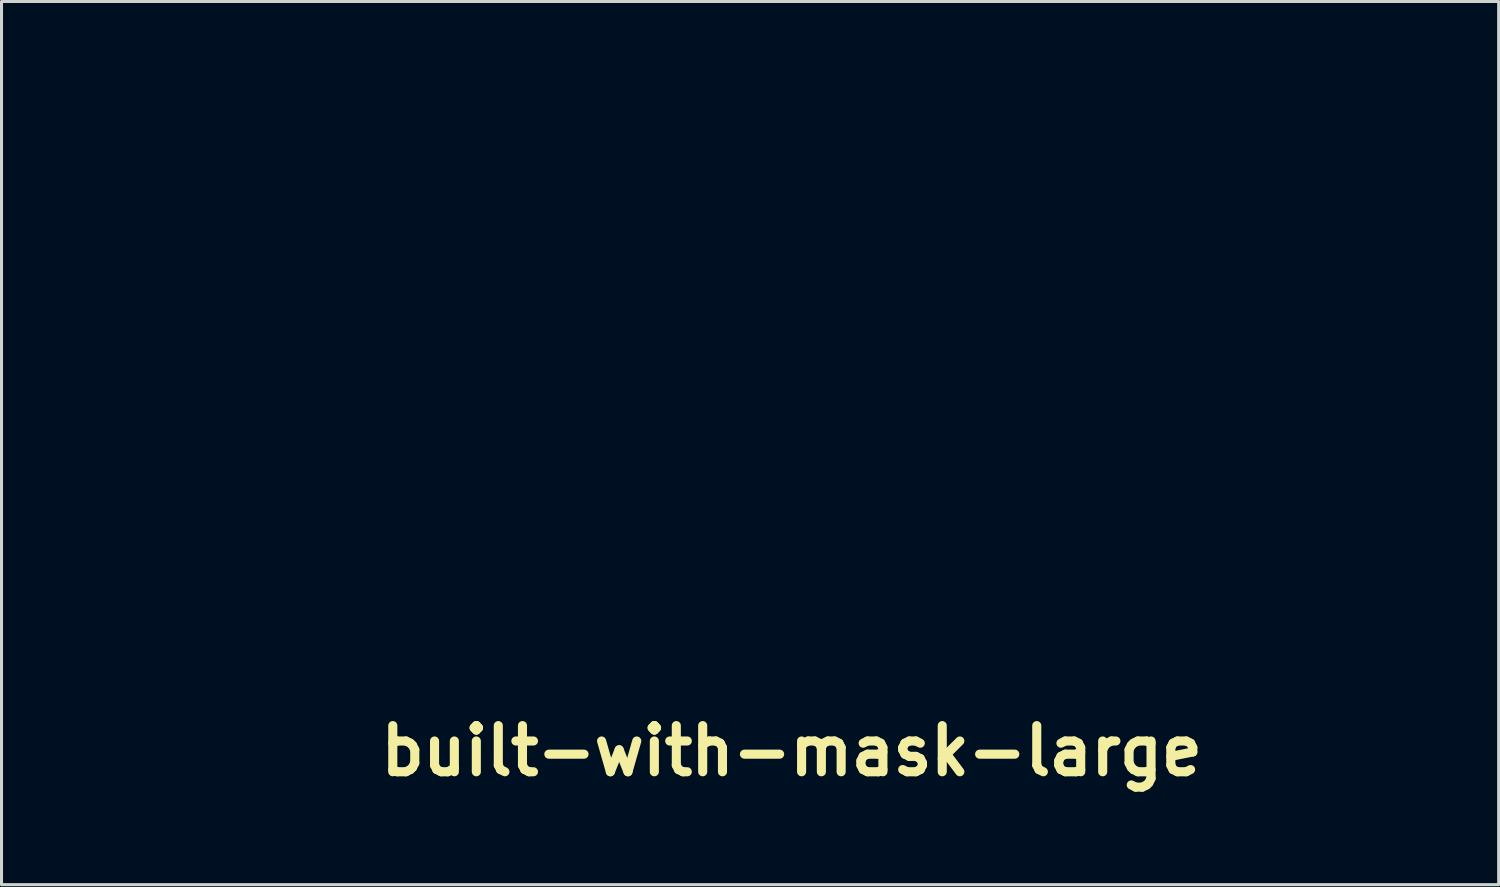
<source format=kicad_pcb>
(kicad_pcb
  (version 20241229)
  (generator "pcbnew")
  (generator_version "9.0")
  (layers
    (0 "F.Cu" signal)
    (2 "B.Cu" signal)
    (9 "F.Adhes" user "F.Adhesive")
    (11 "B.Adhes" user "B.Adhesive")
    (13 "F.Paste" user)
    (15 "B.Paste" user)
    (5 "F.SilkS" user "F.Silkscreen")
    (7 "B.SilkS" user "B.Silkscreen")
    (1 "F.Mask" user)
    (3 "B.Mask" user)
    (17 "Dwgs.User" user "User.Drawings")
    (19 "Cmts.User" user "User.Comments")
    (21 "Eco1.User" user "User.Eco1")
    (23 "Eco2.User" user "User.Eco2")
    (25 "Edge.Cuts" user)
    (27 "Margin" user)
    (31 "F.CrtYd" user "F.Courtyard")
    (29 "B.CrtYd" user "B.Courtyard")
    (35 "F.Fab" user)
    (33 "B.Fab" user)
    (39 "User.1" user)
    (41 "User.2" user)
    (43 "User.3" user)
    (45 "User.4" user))
  (footprint "built-with-mask-large"
    (layer "F.Cu")
    (at 23.092 21.744)
    (property "Reference" "built-with-mask-large" (at 0 0 0) (layer "F.SilkS") (effects (font (size 1.524 1.524) (thickness 0.3))))
    (attr board_only exclude_from_pos_files exclude_from_bom)
    (fp_poly (pts (xy -4.536 -12.006) (xy -2.882 -12.006) (xy -2.882 -11.446) (xy -5.229 -11.446) (xy -5.229 -14.995) (xy -4.536 -14.995)) (stroke (width 0) (type solid)) (fill yes) (layer "F.Mask"))
    (fp_poly (pts (xy 12.567 -16.889) (xy 13.127 -16.889) (xy 13.127 -16.462) (xy 11.446 -16.462) (xy 11.446 -16.889) (xy 12.033 -16.889) (xy 12.033 -18.116) (xy 11.446 -18.116) (xy 11.446 -18.543) (xy 12.567 -18.543)) (stroke (width 0) (type solid)) (fill yes) (layer "F.Mask"))
    (fp_poly (pts (xy 0.747 -16.889) (xy 1.307 -16.889) (xy 1.307 -16.462) (xy -0.374 -16.462) (xy -0.374 -16.887) (xy -0.087 -16.895) (xy 0.2 -16.902) (xy 0.207 -17.509) (xy 0.214 -18.116) (xy -0.374 -18.116) (xy -0.374 -18.543) (xy 0.747 -18.543)) (stroke (width 0) (type solid)) (fill yes) (layer "F.Mask"))
    (fp_poly (pts (xy 3.122 -16.889) (xy 3.709 -16.889) (xy 3.709 -16.462) (xy 1.948 -16.462) (xy 1.948 -16.889) (xy 2.561 -16.889) (xy 2.561 -18.968) (xy 2.261 -18.976) (xy 1.961 -18.983) (xy 1.953 -19.203) (xy 1.946 -19.424) (xy 3.122 -19.424)) (stroke (width 0) (type solid)) (fill yes) (layer "F.Mask"))
    (fp_poly (pts (xy 0.528 -19.361) (xy 0.639 -19.32) (xy 0.721 -19.247) (xy 0.767 -19.152) (xy 0.775 -19.048) (xy 0.741 -18.946) (xy 0.696 -18.888) (xy 0.637 -18.839) (xy 0.588 -18.812) (xy 0.578 -18.81) (xy 0.517 -18.803) (xy 0.502 -18.799) (xy 0.452 -18.798) (xy 0.39 -18.811) (xy 0.289 -18.862) (xy 0.21 -18.942) (xy 0.173 -19.024) (xy 0.174 -19.131) (xy 0.219 -19.228) (xy 0.297 -19.306) (xy 0.398 -19.353) (xy 0.513 -19.363)) (stroke (width 0) (type solid)) (fill yes) (layer "F.Mask"))
    (fp_poly (pts (xy 12.36 -19.358) (xy 12.466 -19.318) (xy 12.524 -19.272) (xy 12.57 -19.213) (xy 12.59 -19.142) (xy 12.593 -19.075) (xy 12.588 -18.99) (xy 12.565 -18.934) (xy 12.515 -18.882) (xy 12.511 -18.879) (xy 12.45 -18.835) (xy 12.401 -18.811) (xy 12.393 -18.81) (xy 12.334 -18.802) (xy 12.322 -18.799) (xy 12.273 -18.798) (xy 12.205 -18.812) (xy 12.096 -18.868) (xy 12.025 -18.957) (xy 11.997 -19.069) (xy 12.009 -19.168) (xy 12.06 -19.263) (xy 12.144 -19.328) (xy 12.248 -19.361)) (stroke (width 0) (type solid)) (fill yes) (layer "F.Mask"))
    (fp_poly (pts (xy 16.295 -19.418) (xy 16.555 -19.41) (xy 16.563 -18.854) (xy 16.57 -18.298) (xy 16.675 -18.393) (xy 16.808 -18.493) (xy 16.946 -18.55) (xy 17.108 -18.573) (xy 17.161 -18.574) (xy 17.362 -18.552) (xy 17.53 -18.49) (xy 17.667 -18.386) (xy 17.774 -18.238) (xy 17.801 -18.183) (xy 17.819 -18.143) (xy 17.833 -18.103) (xy 17.844 -18.056) (xy 17.852 -17.996) (xy 17.858 -17.917) (xy 17.862 -17.811) (xy 17.866 -17.671) (xy 17.868 -17.493) (xy 17.871 -17.267) (xy 17.871 -17.256) (xy 17.879 -16.462) (xy 17.345 -16.462) (xy 17.337 -17.209) (xy 17.329 -17.955) (xy 17.243 -18.041) (xy 17.188 -18.09) (xy 17.133 -18.117) (xy 17.058 -18.132) (xy 16.984 -18.138) (xy 16.88 -18.141) (xy 16.805 -18.131) (xy 16.737 -18.104) (xy 16.69 -18.078) (xy 16.569 -18.007) (xy 16.569 -16.462) (xy 16.035 -16.462) (xy 16.035 -19.425)) (stroke (width 0) (type solid)) (fill yes) (layer "F.Mask"))
    (fp_poly (pts (xy 14.331 -14.102) (xy 14.529 -14.04) (xy 14.694 -13.938) (xy 14.825 -13.793) (xy 14.922 -13.608) (xy 14.984 -13.383) (xy 14.993 -13.325) (xy 15 -13.252) (xy 15.006 -13.134) (xy 15.012 -12.979) (xy 15.016 -12.796) (xy 15.019 -12.593) (xy 15.021 -12.378) (xy 15.021 -12.292) (xy 15.021 -11.444) (xy 14.681 -11.452) (xy 14.341 -11.459) (xy 14.328 -12.38) (xy 14.324 -12.63) (xy 14.32 -12.832) (xy 14.316 -12.993) (xy 14.311 -13.117) (xy 14.305 -13.21) (xy 14.298 -13.278) (xy 14.289 -13.327) (xy 14.278 -13.363) (xy 14.267 -13.387) (xy 14.191 -13.478) (xy 14.076 -13.539) (xy 13.92 -13.571) (xy 13.9 -13.573) (xy 13.73 -13.571) (xy 13.585 -13.526) (xy 13.451 -13.434) (xy 13.444 -13.427) (xy 13.34 -13.334) (xy 13.34 -11.446) (xy 12.673 -11.446) (xy 12.673 -14.087) (xy 13.281 -14.087) (xy 13.299 -13.913) (xy 13.318 -13.739) (xy 13.463 -13.871) (xy 13.641 -14.003) (xy 13.835 -14.085) (xy 14.05 -14.119) (xy 14.101 -14.121)) (stroke (width 0) (type solid)) (fill yes) (layer "F.Mask"))
    (fp_poly (pts (xy 14.648 -18.543) (xy 15.421 -18.543) (xy 15.421 -18.143) (xy 14.648 -18.143) (xy 14.648 -17.616) (xy 14.649 -17.409) (xy 14.654 -17.249) (xy 14.664 -17.128) (xy 14.682 -17.041) (xy 14.709 -16.979) (xy 14.747 -16.937) (xy 14.799 -16.907) (xy 14.85 -16.888) (xy 14.933 -16.874) (xy 15.048 -16.869) (xy 15.177 -16.874) (xy 15.301 -16.887) (xy 15.386 -16.905) (xy 15.421 -16.909) (xy 15.445 -16.894) (xy 15.462 -16.849) (xy 15.477 -16.766) (xy 15.488 -16.686) (xy 15.496 -16.605) (xy 15.491 -16.561) (xy 15.466 -16.536) (xy 15.43 -16.52) (xy 15.294 -16.48) (xy 15.129 -16.452) (xy 14.952 -16.438) (xy 14.78 -16.438) (xy 14.628 -16.453) (xy 14.528 -16.478) (xy 14.399 -16.549) (xy 14.28 -16.66) (xy 14.185 -16.795) (xy 14.167 -16.833) (xy 14.152 -16.873) (xy 14.142 -16.924) (xy 14.134 -16.993) (xy 14.128 -17.087) (xy 14.124 -17.214) (xy 14.121 -17.381) (xy 14.119 -17.523) (xy 14.111 -18.143) (xy 13.634 -18.143) (xy 13.634 -18.543) (xy 14.114 -18.543) (xy 14.114 -19.05) (xy 14.648 -19.05)) (stroke (width 0) (type solid)) (fill yes) (layer "F.Mask"))
    (fp_poly (pts (xy 5.176 -18.543) (xy 5.95 -18.543) (xy 5.95 -18.143) (xy 5.176 -18.143) (xy 5.176 -17.669) (xy 5.178 -17.464) (xy 5.183 -17.305) (xy 5.193 -17.184) (xy 5.21 -17.094) (xy 5.234 -17.026) (xy 5.266 -16.974) (xy 5.298 -16.94) (xy 5.342 -16.905) (xy 5.393 -16.886) (xy 5.466 -16.877) (xy 5.558 -16.876) (xy 5.677 -16.878) (xy 5.794 -16.886) (xy 5.874 -16.895) (xy 5.998 -16.914) (xy 6.016 -16.775) (xy 6.028 -16.686) (xy 6.041 -16.615) (xy 6.046 -16.592) (xy 6.039 -16.558) (xy 5.993 -16.527) (xy 5.931 -16.502) (xy 5.831 -16.476) (xy 5.699 -16.458) (xy 5.549 -16.446) (xy 5.396 -16.442) (xy 5.256 -16.446) (xy 5.143 -16.458) (xy 5.089 -16.472) (xy 4.925 -16.559) (xy 4.798 -16.686) (xy 4.726 -16.806) (xy 4.703 -16.857) (xy 4.686 -16.904) (xy 4.673 -16.956) (xy 4.664 -17.021) (xy 4.658 -17.108) (xy 4.653 -17.224) (xy 4.65 -17.378) (xy 4.647 -17.548) (xy 4.637 -18.141) (xy 4.406 -18.149) (xy 4.176 -18.156) (xy 4.16 -18.543) (xy 4.642 -18.543) (xy 4.642 -19.05) (xy 5.176 -19.05)) (stroke (width 0) (type solid)) (fill yes) (layer "F.Mask"))
    (fp_poly (pts (xy 8.379 -14.098) (xy 8.574 -14.034) (xy 8.735 -13.929) (xy 8.863 -13.783) (xy 8.957 -13.596) (xy 9.016 -13.368) (xy 9.018 -13.359) (xy 9.024 -13.292) (xy 9.03 -13.179) (xy 9.035 -13.029) (xy 9.04 -12.849) (xy 9.043 -12.647) (xy 9.044 -12.432) (xy 9.045 -12.32) (xy 9.045 -11.446) (xy 8.381 -11.446) (xy 8.373 -12.346) (xy 8.37 -12.591) (xy 8.368 -12.789) (xy 8.365 -12.945) (xy 8.361 -13.065) (xy 8.356 -13.156) (xy 8.349 -13.223) (xy 8.34 -13.273) (xy 8.329 -13.31) (xy 8.316 -13.343) (xy 8.311 -13.352) (xy 8.239 -13.459) (xy 8.148 -13.527) (xy 8.025 -13.564) (xy 7.962 -13.572) (xy 7.774 -13.57) (xy 7.618 -13.527) (xy 7.487 -13.442) (xy 7.465 -13.421) (xy 7.364 -13.32) (xy 7.364 -11.446) (xy 6.697 -11.446) (xy 6.697 -14.087) (xy 7.306 -14.087) (xy 7.325 -13.914) (xy 7.335 -13.826) (xy 7.343 -13.763) (xy 7.348 -13.741) (xy 7.368 -13.757) (xy 7.417 -13.802) (xy 7.484 -13.864) (xy 7.493 -13.873) (xy 7.651 -13.995) (xy 7.82 -14.074) (xy 8.012 -14.113) (xy 8.151 -14.12)) (stroke (width 0) (type solid)) (fill yes) (layer "F.Mask"))
    (fp_poly (pts (xy -1.57 -13.174) (xy -1.567 -12.927) (xy -1.565 -12.727) (xy -1.561 -12.57) (xy -1.557 -12.447) (xy -1.552 -12.355) (xy -1.546 -12.286) (xy -1.537 -12.236) (xy -1.526 -12.197) (xy -1.513 -12.164) (xy -1.507 -12.153) (xy -1.429 -12.048) (xy -1.317 -11.983) (xy -1.169 -11.955) (xy -1.121 -11.954) (xy -0.948 -11.976) (xy -0.799 -12.041) (xy -0.686 -12.138) (xy -0.614 -12.224) (xy -0.614 -14.087) (xy 0.053 -14.087) (xy 0.053 -11.444) (xy -0.247 -11.452) (xy -0.547 -11.459) (xy -0.554 -11.539) (xy -0.564 -11.626) (xy -0.576 -11.708) (xy -0.59 -11.797) (xy -0.735 -11.66) (xy -0.825 -11.584) (xy -0.919 -11.516) (xy -0.994 -11.473) (xy -1.161 -11.424) (xy -1.349 -11.407) (xy -1.534 -11.425) (xy -1.548 -11.428) (xy -1.743 -11.493) (xy -1.905 -11.597) (xy -2.036 -11.741) (xy -2.14 -11.93) (xy -2.168 -12) (xy -2.183 -12.043) (xy -2.195 -12.087) (xy -2.205 -12.139) (xy -2.213 -12.203) (xy -2.219 -12.287) (xy -2.223 -12.396) (xy -2.227 -12.537) (xy -2.23 -12.714) (xy -2.233 -12.935) (xy -2.235 -13.12) (xy -2.245 -14.087) (xy -1.579 -14.087)) (stroke (width 0) (type solid)) (fill yes) (layer "F.Mask"))
    (fp_poly (pts (xy -2.343 -17.816) (xy -2.34 -17.594) (xy -2.337 -17.418) (xy -2.332 -17.283) (xy -2.326 -17.183) (xy -2.319 -17.11) (xy -2.309 -17.058) (xy -2.297 -17.022) (xy -2.29 -17.007) (xy -2.219 -16.924) (xy -2.117 -16.876) (xy -1.986 -16.862) (xy -1.831 -16.882) (xy -1.707 -16.941) (xy -1.631 -17.017) (xy -1.614 -17.043) (xy -1.601 -17.071) (xy -1.591 -17.11) (xy -1.584 -17.164) (xy -1.579 -17.24) (xy -1.576 -17.346) (xy -1.575 -17.487) (xy -1.574 -17.671) (xy -1.574 -17.82) (xy -1.574 -18.543) (xy -1.041 -18.543) (xy -1.041 -16.46) (xy -1.287 -16.468) (xy -1.534 -16.475) (xy -1.542 -16.602) (xy -1.549 -16.676) (xy -1.558 -16.722) (xy -1.563 -16.729) (xy -1.588 -16.712) (xy -1.636 -16.667) (xy -1.672 -16.632) (xy -1.755 -16.562) (xy -1.847 -16.502) (xy -1.878 -16.486) (xy -1.995 -16.452) (xy -2.14 -16.438) (xy -2.29 -16.443) (xy -2.424 -16.469) (xy -2.441 -16.475) (xy -2.549 -16.535) (xy -2.656 -16.633) (xy -2.748 -16.753) (xy -2.813 -16.881) (xy -2.819 -16.898) (xy -2.833 -16.95) (xy -2.844 -17.016) (xy -2.853 -17.102) (xy -2.86 -17.215) (xy -2.866 -17.361) (xy -2.871 -17.547) (xy -2.875 -17.78) (xy -2.875 -17.789) (xy -2.886 -18.543) (xy -2.352 -18.543)) (stroke (width 0) (type solid)) (fill yes) (layer "F.Mask"))
    (fp_poly (pts (xy 10.465 -14.988) (xy 10.707 -14.984) (xy 10.9 -14.979) (xy 11.052 -14.972) (xy 11.168 -14.965) (xy 11.254 -14.955) (xy 11.315 -14.943) (xy 11.339 -14.936) (xy 11.576 -14.838) (xy 11.768 -14.717) (xy 11.921 -14.568) (xy 12.042 -14.386) (xy 12.068 -14.334) (xy 12.106 -14.25) (xy 12.13 -14.18) (xy 12.145 -14.109) (xy 12.151 -14.02) (xy 12.153 -13.897) (xy 12.153 -13.861) (xy 12.152 -13.725) (xy 12.146 -13.627) (xy 12.134 -13.552) (xy 12.112 -13.484) (xy 12.082 -13.415) (xy 11.96 -13.217) (xy 11.798 -13.049) (xy 11.6 -12.915) (xy 11.374 -12.819) (xy 11.283 -12.794) (xy 11.156 -12.774) (xy 10.985 -12.76) (xy 10.782 -12.754) (xy 10.746 -12.754) (xy 10.379 -12.753) (xy 10.379 -11.446) (xy 9.712 -11.446) (xy 9.712 -14.434) (xy 10.379 -14.434) (xy 10.379 -13.314) (xy 10.732 -13.314) (xy 10.889 -13.316) (xy 11.004 -13.321) (xy 11.088 -13.332) (xy 11.153 -13.348) (xy 11.193 -13.364) (xy 11.271 -13.407) (xy 11.333 -13.453) (xy 11.345 -13.464) (xy 11.421 -13.588) (xy 11.463 -13.737) (xy 11.471 -13.898) (xy 11.445 -14.057) (xy 11.385 -14.198) (xy 11.331 -14.271) (xy 11.261 -14.334) (xy 11.18 -14.38) (xy 11.078 -14.41) (xy 10.946 -14.427) (xy 10.773 -14.433) (xy 10.719 -14.434) (xy 10.379 -14.434) (xy 9.712 -14.434) (xy 9.712 -14.999)) (stroke (width 0) (type solid)) (fill yes) (layer "F.Mask"))
    (fp_poly (pts (xy 16.701 -14.988) (xy 16.871 -14.984) (xy 17.012 -14.979) (xy 17.114 -14.971) (xy 17.142 -14.968) (xy 17.316 -14.927) (xy 17.494 -14.859) (xy 17.658 -14.774) (xy 17.79 -14.678) (xy 17.817 -14.653) (xy 17.962 -14.474) (xy 18.064 -14.273) (xy 18.124 -14.058) (xy 18.141 -13.837) (xy 18.115 -13.619) (xy 18.048 -13.41) (xy 17.938 -13.22) (xy 17.811 -13.078) (xy 17.666 -12.963) (xy 17.509 -12.876) (xy 17.33 -12.814) (xy 17.121 -12.775) (xy 16.873 -12.756) (xy 16.722 -12.754) (xy 16.355 -12.753) (xy 16.355 -11.446) (xy 16.021 -11.446) (xy 15.868 -11.448) (xy 15.763 -11.453) (xy 15.7 -11.463) (xy 15.674 -11.478) (xy 15.674 -11.479) (xy 15.672 -11.511) (xy 15.67 -11.592) (xy 15.668 -11.717) (xy 15.667 -11.881) (xy 15.667 -12.081) (xy 15.666 -12.312) (xy 15.666 -12.568) (xy 15.667 -12.846) (xy 15.668 -13.141) (xy 15.668 -13.247) (xy 15.673 -14.434) (xy 16.355 -14.434) (xy 16.355 -13.314) (xy 16.707 -13.314) (xy 16.858 -13.315) (xy 16.967 -13.319) (xy 17.047 -13.328) (xy 17.108 -13.343) (xy 17.164 -13.365) (xy 17.176 -13.37) (xy 17.294 -13.455) (xy 17.38 -13.573) (xy 17.433 -13.713) (xy 17.452 -13.865) (xy 17.434 -14.018) (xy 17.379 -14.161) (xy 17.293 -14.277) (xy 17.222 -14.338) (xy 17.144 -14.381) (xy 17.048 -14.41) (xy 16.923 -14.426) (xy 16.761 -14.433) (xy 16.669 -14.434) (xy 16.355 -14.434) (xy 15.673 -14.434) (xy 15.675 -14.981) (xy 16.315 -14.989) (xy 16.512 -14.99)) (stroke (width 0) (type solid)) (fill yes) (layer "F.Mask"))
    (fp_poly (pts (xy 2.747 -14.104) (xy 2.877 -14.05) (xy 2.982 -13.953) (xy 3.055 -13.834) (xy 3.135 -13.674) (xy 3.142 -12.559) (xy 3.15 -11.444) (xy 2.849 -11.452) (xy 2.548 -11.459) (xy 2.535 -12.482) (xy 2.531 -12.743) (xy 2.528 -12.956) (xy 2.525 -13.125) (xy 2.521 -13.257) (xy 2.516 -13.356) (xy 2.511 -13.428) (xy 2.504 -13.477) (xy 2.495 -13.508) (xy 2.485 -13.528) (xy 2.472 -13.541) (xy 2.47 -13.543) (xy 2.384 -13.577) (xy 2.291 -13.57) (xy 2.214 -13.527) (xy 2.201 -13.512) (xy 2.19 -13.492) (xy 2.181 -13.462) (xy 2.174 -13.417) (xy 2.169 -13.352) (xy 2.166 -13.262) (xy 2.163 -13.14) (xy 2.162 -12.983) (xy 2.161 -12.784) (xy 2.161 -12.539) (xy 2.161 -12.46) (xy 2.161 -11.446) (xy 1.576 -11.446) (xy 1.568 -12.457) (xy 1.566 -12.717) (xy 1.564 -12.929) (xy 1.562 -13.097) (xy 1.559 -13.229) (xy 1.554 -13.328) (xy 1.549 -13.4) (xy 1.542 -13.451) (xy 1.534 -13.485) (xy 1.523 -13.507) (xy 1.51 -13.524) (xy 1.435 -13.572) (xy 1.347 -13.575) (xy 1.26 -13.534) (xy 1.239 -13.515) (xy 1.174 -13.449) (xy 1.174 -11.446) (xy 0.56 -11.446) (xy 0.56 -14.087) (xy 1.147 -14.087) (xy 1.147 -13.956) (xy 1.152 -13.876) (xy 1.165 -13.821) (xy 1.174 -13.807) (xy 1.199 -13.809) (xy 1.201 -13.819) (xy 1.221 -13.865) (xy 1.272 -13.927) (xy 1.341 -13.993) (xy 1.414 -14.051) (xy 1.479 -14.087) (xy 1.484 -14.088) (xy 1.633 -14.118) (xy 1.777 -14.113) (xy 1.905 -14.076) (xy 2.006 -14.009) (xy 2.05 -13.952) (xy 2.091 -13.892) (xy 2.122 -13.879) (xy 2.153 -13.912) (xy 2.161 -13.926) (xy 2.225 -13.999) (xy 2.327 -14.06) (xy 2.452 -14.102) (xy 2.583 -14.119) (xy 2.583 -14.119)) (stroke (width 0) (type solid)) (fill yes) (layer "F.Mask"))
    (fp_poly (pts (xy 5.236 -14.086) (xy 5.456 -14.01) (xy 5.65 -13.897) (xy 5.811 -13.748) (xy 5.891 -13.642) (xy 5.981 -13.473) (xy 6.045 -13.287) (xy 6.085 -13.073) (xy 6.103 -12.853) (xy 6.118 -12.54) (xy 4.319 -12.54) (xy 4.336 -12.48) (xy 4.408 -12.308) (xy 4.517 -12.161) (xy 4.652 -12.048) (xy 4.806 -11.979) (xy 4.81 -11.977) (xy 4.938 -11.959) (xy 5.092 -11.959) (xy 5.248 -11.977) (xy 5.383 -12.011) (xy 5.418 -12.025) (xy 5.514 -12.077) (xy 5.608 -12.141) (xy 5.632 -12.16) (xy 5.725 -12.242) (xy 5.891 -12.06) (xy 6.056 -11.878) (xy 5.982 -11.799) (xy 5.897 -11.723) (xy 5.78 -11.64) (xy 5.652 -11.563) (xy 5.53 -11.502) (xy 5.508 -11.493) (xy 5.442 -11.473) (xy 5.347 -11.451) (xy 5.237 -11.43) (xy 5.129 -11.411) (xy 5.036 -11.399) (xy 4.976 -11.395) (xy 4.967 -11.396) (xy 4.933 -11.401) (xy 4.862 -11.41) (xy 4.776 -11.42) (xy 4.53 -11.474) (xy 4.302 -11.57) (xy 4.098 -11.705) (xy 3.926 -11.872) (xy 3.792 -12.066) (xy 3.731 -12.197) (xy 3.675 -12.401) (xy 3.647 -12.635) (xy 3.65 -12.88) (xy 3.657 -12.952) (xy 3.68 -13.07) (xy 4.35 -13.07) (xy 4.372 -13.046) (xy 4.422 -13.031) (xy 4.506 -13.024) (xy 4.629 -13.021) (xy 4.797 -13.02) (xy 4.899 -13.02) (xy 5.45 -13.02) (xy 5.436 -13.141) (xy 5.395 -13.293) (xy 5.31 -13.418) (xy 5.187 -13.509) (xy 5.03 -13.564) (xy 4.955 -13.575) (xy 4.789 -13.567) (xy 4.642 -13.509) (xy 4.516 -13.405) (xy 4.415 -13.255) (xy 4.399 -13.22) (xy 4.369 -13.155) (xy 4.351 -13.106) (xy 4.35 -13.07) (xy 3.68 -13.07) (xy 3.71 -13.225) (xy 3.805 -13.466) (xy 3.938 -13.675) (xy 4.107 -13.847) (xy 4.309 -13.979) (xy 4.541 -14.071) (xy 4.747 -14.112) (xy 4.997 -14.12)) (stroke (width 0) (type solid)) (fill yes) (layer "F.Mask"))
    (fp_poly (pts (xy -4.636 -19.257) (xy -4.416 -19.252) (xy -4.242 -19.247) (xy -4.107 -19.24) (xy -4.003 -19.231) (xy -3.925 -19.219) (xy -3.863 -19.205) (xy -3.85 -19.2) (xy -3.665 -19.116) (xy -3.518 -18.997) (xy -3.412 -18.848) (xy -3.351 -18.673) (xy -3.336 -18.518) (xy -3.349 -18.36) (xy -3.385 -18.235) (xy -3.427 -18.167) (xy -3.49 -18.09) (xy -3.562 -18.017) (xy -3.631 -17.96) (xy -3.684 -17.931) (xy -3.693 -17.929) (xy -3.688 -17.917) (xy -3.645 -17.887) (xy -3.582 -17.849) (xy -3.44 -17.738) (xy -3.338 -17.595) (xy -3.278 -17.426) (xy -3.263 -17.238) (xy -3.269 -17.169) (xy -3.319 -16.97) (xy -3.411 -16.803) (xy -3.546 -16.668) (xy -3.7 -16.577) (xy -3.786 -16.541) (xy -3.878 -16.514) (xy -3.983 -16.493) (xy -4.109 -16.478) (xy -4.264 -16.469) (xy -4.456 -16.464) (xy -4.693 -16.462) (xy -4.716 -16.462) (xy -5.283 -16.462) (xy -5.283 -17.689) (xy -4.749 -17.689) (xy -4.749 -17.307) (xy -4.748 -17.169) (xy -4.744 -17.05) (xy -4.739 -16.96) (xy -4.732 -16.91) (xy -4.729 -16.903) (xy -4.696 -16.896) (xy -4.621 -16.893) (xy -4.515 -16.893) (xy -4.396 -16.897) (xy -4.242 -16.906) (xy -4.131 -16.918) (xy -4.053 -16.936) (xy -3.998 -16.96) (xy -3.894 -17.04) (xy -3.833 -17.136) (xy -3.81 -17.262) (xy -3.81 -17.302) (xy -3.824 -17.437) (xy -3.87 -17.538) (xy -3.954 -17.618) (xy -3.984 -17.637) (xy -4.027 -17.659) (xy -4.08 -17.674) (xy -4.152 -17.683) (xy -4.255 -17.688) (xy -4.399 -17.689) (xy -4.409 -17.689) (xy -4.749 -17.689) (xy -5.283 -17.689) (xy -5.283 -18.084) (xy -4.751 -18.084) (xy -4.436 -18.094) (xy -4.288 -18.1) (xy -4.181 -18.11) (xy -4.106 -18.125) (xy -4.052 -18.146) (xy -4.039 -18.154) (xy -3.94 -18.242) (xy -3.883 -18.356) (xy -3.87 -18.486) (xy -3.904 -18.622) (xy -3.911 -18.637) (xy -3.956 -18.707) (xy -4.022 -18.758) (xy -4.114 -18.792) (xy -4.243 -18.811) (xy -4.415 -18.819) (xy -4.44 -18.82) (xy -4.736 -18.823) (xy -4.743 -18.454) (xy -4.751 -18.084) (xy -5.283 -18.084) (xy -5.283 -19.268)) (stroke (width 0) (type solid)) (fill yes) (layer "F.Mask"))
    (fp_poly (pts (xy 9.064 -19.262) (xy 9.148 -19.258) (xy 9.197 -19.253) (xy 9.205 -19.25) (xy 9.208 -19.221) (xy 9.217 -19.145) (xy 9.23 -19.031) (xy 9.248 -18.883) (xy 9.268 -18.709) (xy 9.291 -18.516) (xy 9.298 -18.459) (xy 9.322 -18.261) (xy 9.343 -18.079) (xy 9.362 -17.921) (xy 9.377 -17.794) (xy 9.387 -17.704) (xy 9.391 -17.659) (xy 9.392 -17.655) (xy 9.394 -17.627) (xy 9.4 -17.638) (xy 9.412 -17.69) (xy 9.428 -17.786) (xy 9.45 -17.927) (xy 9.478 -18.116) (xy 9.512 -18.354) (xy 9.526 -18.456) (xy 9.64 -19.263) (xy 9.836 -19.263) (xy 9.931 -19.261) (xy 10 -19.254) (xy 10.032 -19.245) (xy 10.032 -19.243) (xy 10.036 -19.207) (xy 10.047 -19.127) (xy 10.064 -19.011) (xy 10.085 -18.868) (xy 10.11 -18.706) (xy 10.136 -18.531) (xy 10.164 -18.353) (xy 10.191 -18.18) (xy 10.216 -18.018) (xy 10.239 -17.876) (xy 10.257 -17.762) (xy 10.271 -17.684) (xy 10.277 -17.649) (xy 10.278 -17.648) (xy 10.284 -17.671) (xy 10.294 -17.74) (xy 10.31 -17.849) (xy 10.328 -17.991) (xy 10.35 -18.159) (xy 10.373 -18.348) (xy 10.376 -18.377) (xy 10.4 -18.574) (xy 10.422 -18.756) (xy 10.442 -18.916) (xy 10.458 -19.047) (xy 10.471 -19.14) (xy 10.478 -19.189) (xy 10.478 -19.19) (xy 10.492 -19.263) (xy 10.729 -19.263) (xy 10.843 -19.262) (xy 10.913 -19.258) (xy 10.951 -19.247) (xy 10.964 -19.229) (xy 10.966 -19.216) (xy 10.962 -19.181) (xy 10.952 -19.098) (xy 10.936 -18.973) (xy 10.914 -18.811) (xy 10.888 -18.616) (xy 10.858 -18.395) (xy 10.825 -18.152) (xy 10.789 -17.892) (xy 10.779 -17.822) (xy 10.743 -17.56) (xy 10.709 -17.315) (xy 10.678 -17.092) (xy 10.651 -16.895) (xy 10.628 -16.729) (xy 10.61 -16.6) (xy 10.598 -16.512) (xy 10.593 -16.47) (xy 10.592 -16.468) (xy 10.568 -16.465) (xy 10.501 -16.465) (xy 10.405 -16.466) (xy 10.347 -16.468) (xy 10.101 -16.475) (xy 9.975 -17.258) (xy 9.943 -17.456) (xy 9.913 -17.636) (xy 9.887 -17.791) (xy 9.866 -17.916) (xy 9.85 -18.004) (xy 9.84 -18.047) (xy 9.839 -18.051) (xy 9.833 -18.029) (xy 9.819 -17.96) (xy 9.8 -17.851) (xy 9.776 -17.71) (xy 9.749 -17.542) (xy 9.72 -17.354) (xy 9.715 -17.322) (xy 9.685 -17.127) (xy 9.656 -16.946) (xy 9.631 -16.789) (xy 9.611 -16.661) (xy 9.596 -16.57) (xy 9.587 -16.524) (xy 9.587 -16.522) (xy 9.577 -16.493) (xy 9.555 -16.476) (xy 9.512 -16.466) (xy 9.436 -16.463) (xy 9.335 -16.462) (xy 9.23 -16.463) (xy 9.148 -16.465) (xy 9.103 -16.467) (xy 9.097 -16.469) (xy 9.093 -16.496) (xy 9.083 -16.57) (xy 9.066 -16.688) (xy 9.044 -16.844) (xy 9.018 -17.034) (xy 8.988 -17.251) (xy 8.954 -17.492) (xy 8.918 -17.752) (xy 8.902 -17.869) (xy 8.709 -19.263) (xy 8.957 -19.263)) (stroke (width 0) (type solid)) (fill yes) (layer "F.Mask"))
    (fp_poly (pts (xy -13.187 -18.883) (xy -12.38 -18.076) (xy -12.38 -17.209) (xy -9.992 -17.209) (xy -8.624 -15.842) (xy -7.257 -14.474) (xy -7.257 -11.419) (xy -8.538 -11.419) (xy -8.538 -12.833) (xy -19.477 -12.833) (xy -19.477 -11.419) (xy -20.731 -11.419) (xy -20.731 -14.435) (xy -20.731 -14.807) (xy -15.664 -14.807) (xy -15.634 -14.683) (xy -15.608 -14.635) (xy -15.516 -14.529) (xy -15.378 -14.43) (xy -15.2 -14.341) (xy -14.989 -14.263) (xy -14.751 -14.199) (xy -14.494 -14.153) (xy -14.408 -14.143) (xy -14.223 -14.13) (xy -14.006 -14.129) (xy -13.777 -14.136) (xy -13.557 -14.153) (xy -13.365 -14.178) (xy -13.331 -14.184) (xy -13.088 -14.242) (xy -12.871 -14.316) (xy -12.685 -14.403) (xy -12.534 -14.501) (xy -12.422 -14.607) (xy -12.354 -14.718) (xy -12.334 -14.83) (xy -12.337 -14.855) (xy -12.382 -14.98) (xy -12.474 -15.094) (xy -12.608 -15.198) (xy -12.779 -15.288) (xy -12.981 -15.365) (xy -13.209 -15.428) (xy -13.457 -15.474) (xy -13.721 -15.503) (xy -13.994 -15.513) (xy -14.272 -15.504) (xy -14.549 -15.474) (xy -14.82 -15.422) (xy -14.863 -15.412) (xy -15.102 -15.338) (xy -15.302 -15.251) (xy -15.461 -15.152) (xy -15.575 -15.043) (xy -15.644 -14.928) (xy -15.664 -14.807) (xy -20.731 -14.807) (xy -20.731 -14.908) (xy -20.731 -15.33) (xy -20.73 -15.705) (xy -20.73 -15.88) (xy -20.006 -15.88) (xy -20.006 -15.684) (xy -20.004 -15.516) (xy -20.002 -15.382) (xy -19.999 -15.289) (xy -19.994 -15.24) (xy -19.992 -15.234) (xy -19.97 -15.253) (xy -19.914 -15.306) (xy -19.827 -15.39) (xy -19.714 -15.501) (xy -19.578 -15.637) (xy -19.423 -15.792) (xy -19.251 -15.965) (xy -19.067 -16.151) (xy -18.997 -16.223) (xy -18.023 -17.211) (xy -16.815 -17.21) (xy -15.608 -17.209) (xy -15.608 -18.076) (xy -15.175 -18.509) (xy -14.742 -18.943) (xy -16.585 -18.943) (xy -16.945 -18.943) (xy -17.256 -18.943) (xy -17.522 -18.942) (xy -17.747 -18.941) (xy -17.935 -18.94) (xy -18.091 -18.938) (xy -18.217 -18.935) (xy -18.32 -18.931) (xy -18.402 -18.927) (xy -18.468 -18.921) (xy -18.522 -18.914) (xy -18.568 -18.906) (xy -18.61 -18.897) (xy -18.629 -18.892) (xy -18.923 -18.79) (xy -19.19 -18.644) (xy -19.428 -18.457) (xy -19.63 -18.232) (xy -19.793 -17.974) (xy -19.809 -17.943) (xy -19.852 -17.855) (xy -19.888 -17.776) (xy -19.917 -17.701) (xy -19.94 -17.623) (xy -19.959 -17.537) (xy -19.973 -17.437) (xy -19.983 -17.316) (xy -19.99 -17.169) (xy -19.996 -16.99) (xy -19.999 -16.773) (xy -20.002 -16.512) (xy -20.004 -16.335) (xy -20.006 -16.099) (xy -20.006 -15.88) (xy -20.73 -15.88) (xy -20.729 -16.036) (xy -20.729 -16.325) (xy -20.727 -16.577) (xy -20.726 -16.793) (xy -20.724 -16.977) (xy -20.721 -17.132) (xy -20.718 -17.261) (xy -20.715 -17.367) (xy -20.711 -17.453) (xy -20.706 -17.522) (xy -20.701 -17.578) (xy -20.695 -17.622) (xy -20.689 -17.657) (xy -20.591 -18.003) (xy -20.446 -18.329) (xy -20.257 -18.63) (xy -20.029 -18.903) (xy -19.766 -19.143) (xy -19.471 -19.345) (xy -19.148 -19.505) (xy -19.01 -19.557) (xy -18.942 -19.58) (xy -18.878 -19.6) (xy -18.812 -19.617) (xy -18.742 -19.633) (xy -18.664 -19.645) (xy -18.574 -19.656) (xy -18.468 -19.665) (xy -18.342 -19.672) (xy -18.193 -19.678) (xy -18.017 -19.682) (xy -17.81 -19.686) (xy -17.568 -19.688) (xy -17.288 -19.689) (xy -16.965 -19.69) (xy -16.597 -19.69) (xy -16.198 -19.69) (xy -13.994 -19.69)) (stroke (width 0) (type solid)) (fill yes) (layer "F.Mask"))
    (fp_poly (pts (xy -0.143 -21.744) (xy 1.037 -21.744) (xy 2.165 -21.744) (xy 3.243 -21.744) (xy 4.273 -21.744) (xy 5.255 -21.744) (xy 6.19 -21.744) (xy 7.08 -21.744) (xy 7.926 -21.744) (xy 8.729 -21.744) (xy 9.49 -21.744) (xy 10.21 -21.743) (xy 10.89 -21.743) (xy 11.532 -21.743) (xy 12.137 -21.743) (xy 12.705 -21.742) (xy 13.239 -21.742) (xy 13.738 -21.741) (xy 14.205 -21.741) (xy 14.64 -21.74) (xy 15.045 -21.739) (xy 15.42 -21.739) (xy 15.767 -21.738) (xy 16.087 -21.737) (xy 16.382 -21.736) (xy 16.651 -21.735) (xy 16.897 -21.734) (xy 17.12 -21.733) (xy 17.322 -21.732) (xy 17.504 -21.73) (xy 17.667 -21.729) (xy 17.812 -21.727) (xy 17.94 -21.726) (xy 18.053 -21.724) (xy 18.151 -21.722) (xy 18.236 -21.72) (xy 18.309 -21.718) (xy 18.371 -21.716) (xy 18.423 -21.714) (xy 18.466 -21.711) (xy 18.502 -21.709) (xy 18.531 -21.706) (xy 18.555 -21.703) (xy 18.574 -21.7) (xy 18.591 -21.697) (xy 18.606 -21.694) (xy 18.618 -21.691) (xy 18.949 -21.585) (xy 19.253 -21.434) (xy 19.528 -21.24) (xy 19.77 -21.005) (xy 19.977 -20.731) (xy 20.142 -20.433) (xy 20.167 -20.379) (xy 20.191 -20.332) (xy 20.212 -20.288) (xy 20.231 -20.246) (xy 20.249 -20.202) (xy 20.264 -20.155) (xy 20.278 -20.101) (xy 20.29 -20.039) (xy 20.3 -19.965) (xy 20.309 -19.877) (xy 20.317 -19.773) (xy 20.324 -19.65) (xy 20.329 -19.505) (xy 20.333 -19.336) (xy 20.337 -19.14) (xy 20.34 -18.916) (xy 20.342 -18.659) (xy 20.343 -18.368) (xy 20.344 -18.041) (xy 20.344 -17.674) (xy 20.344 -17.265) (xy 20.344 -16.812) (xy 20.344 -16.312) (xy 20.344 -15.762) (xy 20.344 -15.461) (xy 20.344 -11.086) (xy 20.269 -10.846) (xy 20.138 -10.511) (xy 19.964 -10.207) (xy 19.75 -9.936) (xy 19.498 -9.701) (xy 19.21 -9.504) (xy 18.889 -9.347) (xy 18.663 -9.267) (xy 18.652 -9.264) (xy 18.638 -9.261) (xy 18.62 -9.259) (xy 18.596 -9.256) (xy 18.566 -9.253) (xy 18.529 -9.251) (xy 18.484 -9.249) (xy 18.428 -9.246) (xy 18.362 -9.244) (xy 18.284 -9.242) (xy 18.192 -9.241) (xy 18.086 -9.239) (xy 17.965 -9.237) (xy 17.828 -9.235) (xy 17.672 -9.234) (xy 17.498 -9.232) (xy 17.304 -9.231) (xy 17.089 -9.23) (xy 16.851 -9.229) (xy 16.59 -9.228) (xy 16.305 -9.227) (xy 15.994 -9.226) (xy 15.656 -9.225) (xy 15.29 -9.224) (xy 14.895 -9.223) (xy 14.47 -9.222) (xy 14.014 -9.222) (xy 13.525 -9.221) (xy 13.003 -9.22) (xy 12.445 -9.22) (xy 11.852 -9.219) (xy 11.222 -9.219) (xy 10.554 -9.218) (xy 9.846 -9.218) (xy 9.098 -9.218) (xy 8.308 -9.217) (xy 7.476 -9.217) (xy 6.599 -9.217) (xy 5.678 -9.216) (xy 4.711 -9.216) (xy 3.696 -9.216) (xy 2.633 -9.216) (xy 1.52 -9.215) (xy 0.357 -9.215) (xy -0.858 -9.215) (xy -1.294 -9.215) (xy -2.38 -9.215) (xy -3.447 -9.215) (xy -4.496 -9.214) (xy -5.524 -9.215) (xy -6.53 -9.215) (xy -7.513 -9.215) (xy -8.473 -9.215) (xy -9.407 -9.215) (xy -10.315 -9.215) (xy -11.195 -9.216) (xy -12.047 -9.216) (xy -12.868 -9.217) (xy -13.659 -9.217) (xy -14.417 -9.218) (xy -15.142 -9.218) (xy -15.832 -9.219) (xy -16.487 -9.22) (xy -17.104 -9.221) (xy -17.684 -9.221) (xy -18.224 -9.222) (xy -18.723 -9.223) (xy -19.181 -9.224) (xy -19.596 -9.225) (xy -19.967 -9.226) (xy -20.293 -9.227) (xy -20.572 -9.228) (xy -20.804 -9.23) (xy -20.987 -9.231) (xy -21.12 -9.232) (xy -21.202 -9.233) (xy -21.231 -9.234) (xy -21.49 -9.298) (xy -21.756 -9.402) (xy -22.014 -9.537) (xy -22.246 -9.696) (xy -22.295 -9.735) (xy -22.539 -9.976) (xy -22.745 -10.253) (xy -22.911 -10.563) (xy -23.017 -10.846) (xy -23.092 -11.086) (xy -23.092 -15.461) (xy -23.092 -16.029) (xy -23.092 -16.546) (xy -23.092 -17.015) (xy -23.092 -17.437) (xy -23.091 -17.79) (xy -22.73 -17.79) (xy -22.73 -17.405) (xy -22.729 -16.977) (xy -22.728 -16.504) (xy -22.727 -15.983) (xy -22.726 -15.41) (xy -22.726 -15.381) (xy -22.719 -11.113) (xy -22.646 -10.898) (xy -22.519 -10.602) (xy -22.35 -10.336) (xy -22.143 -10.103) (xy -21.903 -9.908) (xy -21.632 -9.754) (xy -21.336 -9.644) (xy -21.278 -9.628) (xy -21.264 -9.626) (xy -21.247 -9.623) (xy -21.224 -9.62) (xy -21.195 -9.618) (xy -21.158 -9.615) (xy -21.113 -9.613) (xy -21.058 -9.611) (xy -20.992 -9.609) (xy -20.914 -9.607) (xy -20.823 -9.605) (xy -20.718 -9.603) (xy -20.597 -9.601) (xy -20.46 -9.6) (xy -20.305 -9.598) (xy -20.131 -9.597) (xy -19.937 -9.595) (xy -19.722 -9.594) (xy -19.484 -9.593) (xy -19.224 -9.592) (xy -18.938 -9.591) (xy -18.627 -9.59) (xy -18.289 -9.589) (xy -17.924 -9.588) (xy -17.529 -9.587) (xy -17.104 -9.587) (xy -16.647 -9.586) (xy -16.158 -9.585) (xy -15.635 -9.585) (xy -15.078 -9.584) (xy -14.484 -9.584) (xy -13.854 -9.583) (xy -13.185 -9.583) (xy -12.477 -9.583) (xy -11.728 -9.582) (xy -10.938 -9.582) (xy -10.105 -9.582) (xy -9.228 -9.581) (xy -8.306 -9.581) (xy -7.338 -9.581) (xy -6.323 -9.581) (xy -5.259 -9.581) (xy -4.145 -9.581) (xy -2.981 -9.58) (xy -1.765 -9.58) (xy -1.393 -9.58) (xy -0.156 -9.58) (xy 1.029 -9.58) (xy 2.162 -9.58) (xy 3.246 -9.58) (xy 4.28 -9.58) (xy 5.267 -9.58) (xy 6.207 -9.58) (xy 7.102 -9.58) (xy 7.952 -9.58) (xy 8.76 -9.58) (xy 9.525 -9.581) (xy 10.249 -9.581) (xy 10.933 -9.581) (xy 11.578 -9.581) (xy 12.186 -9.582) (xy 12.758 -9.582) (xy 13.294 -9.583) (xy 13.795 -9.583) (xy 14.264 -9.584) (xy 14.701 -9.585) (xy 15.106 -9.585) (xy 15.483 -9.586) (xy 15.83 -9.587) (xy 16.15 -9.588) (xy 16.444 -9.589) (xy 16.712 -9.59) (xy 16.956 -9.591) (xy 17.178 -9.592) (xy 17.377 -9.594) (xy 17.556 -9.595) (xy 17.715 -9.597) (xy 17.856 -9.598) (xy 17.979 -9.6) (xy 18.086 -9.602) (xy 18.178 -9.604) (xy 18.256 -9.605) (xy 18.321 -9.608) (xy 18.374 -9.61) (xy 18.417 -9.612) (xy 18.45 -9.614) (xy 18.475 -9.617) (xy 18.493 -9.619) (xy 18.498 -9.62) (xy 18.609 -9.652) (xy 18.744 -9.7) (xy 18.882 -9.757) (xy 18.943 -9.786) (xy 19.201 -9.94) (xy 19.43 -10.138) (xy 19.628 -10.373) (xy 19.789 -10.64) (xy 19.898 -10.899) (xy 19.97 -11.113) (xy 19.97 -19.81) (xy 19.908 -20.011) (xy 19.827 -20.237) (xy 19.731 -20.43) (xy 19.61 -20.606) (xy 19.454 -20.783) (xy 19.412 -20.825) (xy 19.292 -20.941) (xy 19.191 -21.027) (xy 19.095 -21.094) (xy 18.989 -21.153) (xy 18.943 -21.176) (xy 18.818 -21.232) (xy 18.685 -21.284) (xy 18.568 -21.322) (xy 18.541 -21.329) (xy 18.527 -21.332) (xy 18.506 -21.334) (xy 18.478 -21.336) (xy 18.441 -21.339) (xy 18.393 -21.341) (xy 18.335 -21.343) (xy 18.264 -21.345) (xy 18.18 -21.347) (xy 18.081 -21.349) (xy 17.967 -21.351) (xy 17.836 -21.352) (xy 17.688 -21.354) (xy 17.52 -21.355) (xy 17.332 -21.357) (xy 17.123 -21.358) (xy 16.892 -21.359) (xy 16.637 -21.36) (xy 16.357 -21.361) (xy 16.052 -21.362) (xy 15.72 -21.363) (xy 15.36 -21.364) (xy 14.971 -21.365) (xy 14.551 -21.366) (xy 14.1 -21.366) (xy 13.617 -21.367) (xy 13.1 -21.368) (xy 12.549 -21.368) (xy 11.961 -21.369) (xy 11.337 -21.369) (xy 10.675 -21.369) (xy 9.973 -21.37) (xy 9.231 -21.37) (xy 8.447 -21.37) (xy 7.621 -21.37) (xy 6.751 -21.371) (xy 5.837 -21.371) (xy 4.876 -21.371) (xy 3.868 -21.371) (xy 2.812 -21.371) (xy 1.707 -21.371) (xy 0.551 -21.371) (xy -0.656 -21.371) (xy -1.374 -21.371) (xy -2.612 -21.371) (xy -3.797 -21.371) (xy -4.931 -21.371) (xy -6.015 -21.371) (xy -7.051 -21.371) (xy -8.038 -21.371) (xy -8.979 -21.371) (xy -9.875 -21.371) (xy -10.726 -21.37) (xy -11.534 -21.37) (xy -12.299 -21.37) (xy -13.024 -21.37) (xy -13.709 -21.369) (xy -14.355 -21.369) (xy -14.964 -21.368) (xy -15.536 -21.368) (xy -16.072 -21.367) (xy -16.575 -21.367) (xy -17.044 -21.366) (xy -17.481 -21.365) (xy -17.888 -21.365) (xy -18.264 -21.364) (xy -18.612 -21.363) (xy -18.933 -21.362) (xy -19.227 -21.361) (xy -19.496 -21.36) (xy -19.741 -21.359) (xy -19.963 -21.357) (xy -20.163 -21.356) (xy -20.342 -21.355) (xy -20.501 -21.353) (xy -20.642 -21.352) (xy -20.766 -21.35) (xy -20.873 -21.348) (xy -20.966 -21.346) (xy -21.044 -21.344) (xy -21.109 -21.342) (xy -21.163 -21.34) (xy -21.206 -21.338) (xy -21.239 -21.335) (xy -21.264 -21.333) (xy -21.282 -21.33) (xy -21.289 -21.329) (xy -21.397 -21.296) (xy -21.528 -21.248) (xy -21.658 -21.192) (xy -21.691 -21.176) (xy -21.806 -21.116) (xy -21.905 -21.052) (xy -22.004 -20.973) (xy -22.118 -20.868) (xy -22.162 -20.825) (xy -22.273 -20.712) (xy -22.355 -20.62) (xy -22.418 -20.532) (xy -22.475 -20.435) (xy -22.527 -20.331) (xy -22.553 -20.277) (xy -22.577 -20.229) (xy -22.599 -20.184) (xy -22.619 -20.14) (xy -22.637 -20.093) (xy -22.652 -20.042) (xy -22.666 -19.983) (xy -22.678 -19.915) (xy -22.689 -19.835) (xy -22.698 -19.739) (xy -22.706 -19.627) (xy -22.712 -19.494) (xy -22.718 -19.339) (xy -22.722 -19.158) (xy -22.725 -18.95) (xy -22.727 -18.712) (xy -22.729 -18.441) (xy -22.73 -18.134) (xy -22.73 -17.79) (xy -23.091 -17.79) (xy -23.091 -17.816) (xy -23.09 -18.155) (xy -23.09 -18.455) (xy -23.089 -18.719) (xy -23.087 -18.949) (xy -23.086 -19.149) (xy -23.084 -19.32) (xy -23.082 -19.466) (xy -23.079 -19.587) (xy -23.076 -19.688) (xy -23.073 -19.771) (xy -23.069 -19.837) (xy -23.065 -19.89) (xy -23.06 -19.932) (xy -23.055 -19.966) (xy -23.049 -19.993) (xy -23.045 -20.011) (xy -22.927 -20.353) (xy -22.768 -20.665) (xy -22.57 -20.944) (xy -22.338 -21.186) (xy -22.073 -21.389) (xy -21.777 -21.551) (xy -21.455 -21.668) (xy -21.366 -21.691) (xy -21.352 -21.694) (xy -21.337 -21.698) (xy -21.32 -21.701) (xy -21.3 -21.704) (xy -21.276 -21.706) (xy -21.246 -21.709) (xy -21.209 -21.712) (xy -21.165 -21.714) (xy -21.112 -21.716) (xy -21.049 -21.718) (xy -20.975 -21.72) (xy -20.888 -21.722) (xy -20.789 -21.724) (xy -20.674 -21.726) (xy -20.544 -21.728) (xy -20.397 -21.729) (xy -20.232 -21.73) (xy -20.047 -21.732) (xy -19.843 -21.733) (xy -19.617 -21.734) (xy -19.368 -21.735) (xy -19.096 -21.736) (xy -18.799 -21.737) (xy -18.475 -21.738) (xy -18.125 -21.739) (xy -17.746 -21.74) (xy -17.338 -21.74) (xy -16.899 -21.741) (xy -16.428 -21.741) (xy -15.925 -21.742) (xy -15.387 -21.742) (xy -14.815 -21.743) (xy -14.206 -21.743) (xy -13.559 -21.743) (xy -12.874 -21.743) (xy -12.149 -21.744) (xy -11.383 -21.744) (xy -10.575 -21.744) (xy -9.724 -21.744) (xy -8.829 -21.744) (xy -7.888 -21.744) (xy -6.9 -21.744) (xy -5.865 -21.744) (xy -4.781 -21.744) (xy -3.647 -21.744) (xy -2.461 -21.744) (xy -1.374 -21.744)) (stroke (width 0) (type solid)) (fill yes) (layer "F.Mask")))
  (gr_rect
    (start -3 -3)
    (end 46.436 26.162)
    (stroke (width 0.1) (type default))
    (fill no)
    (layer "Edge.Cuts")))
</source>
